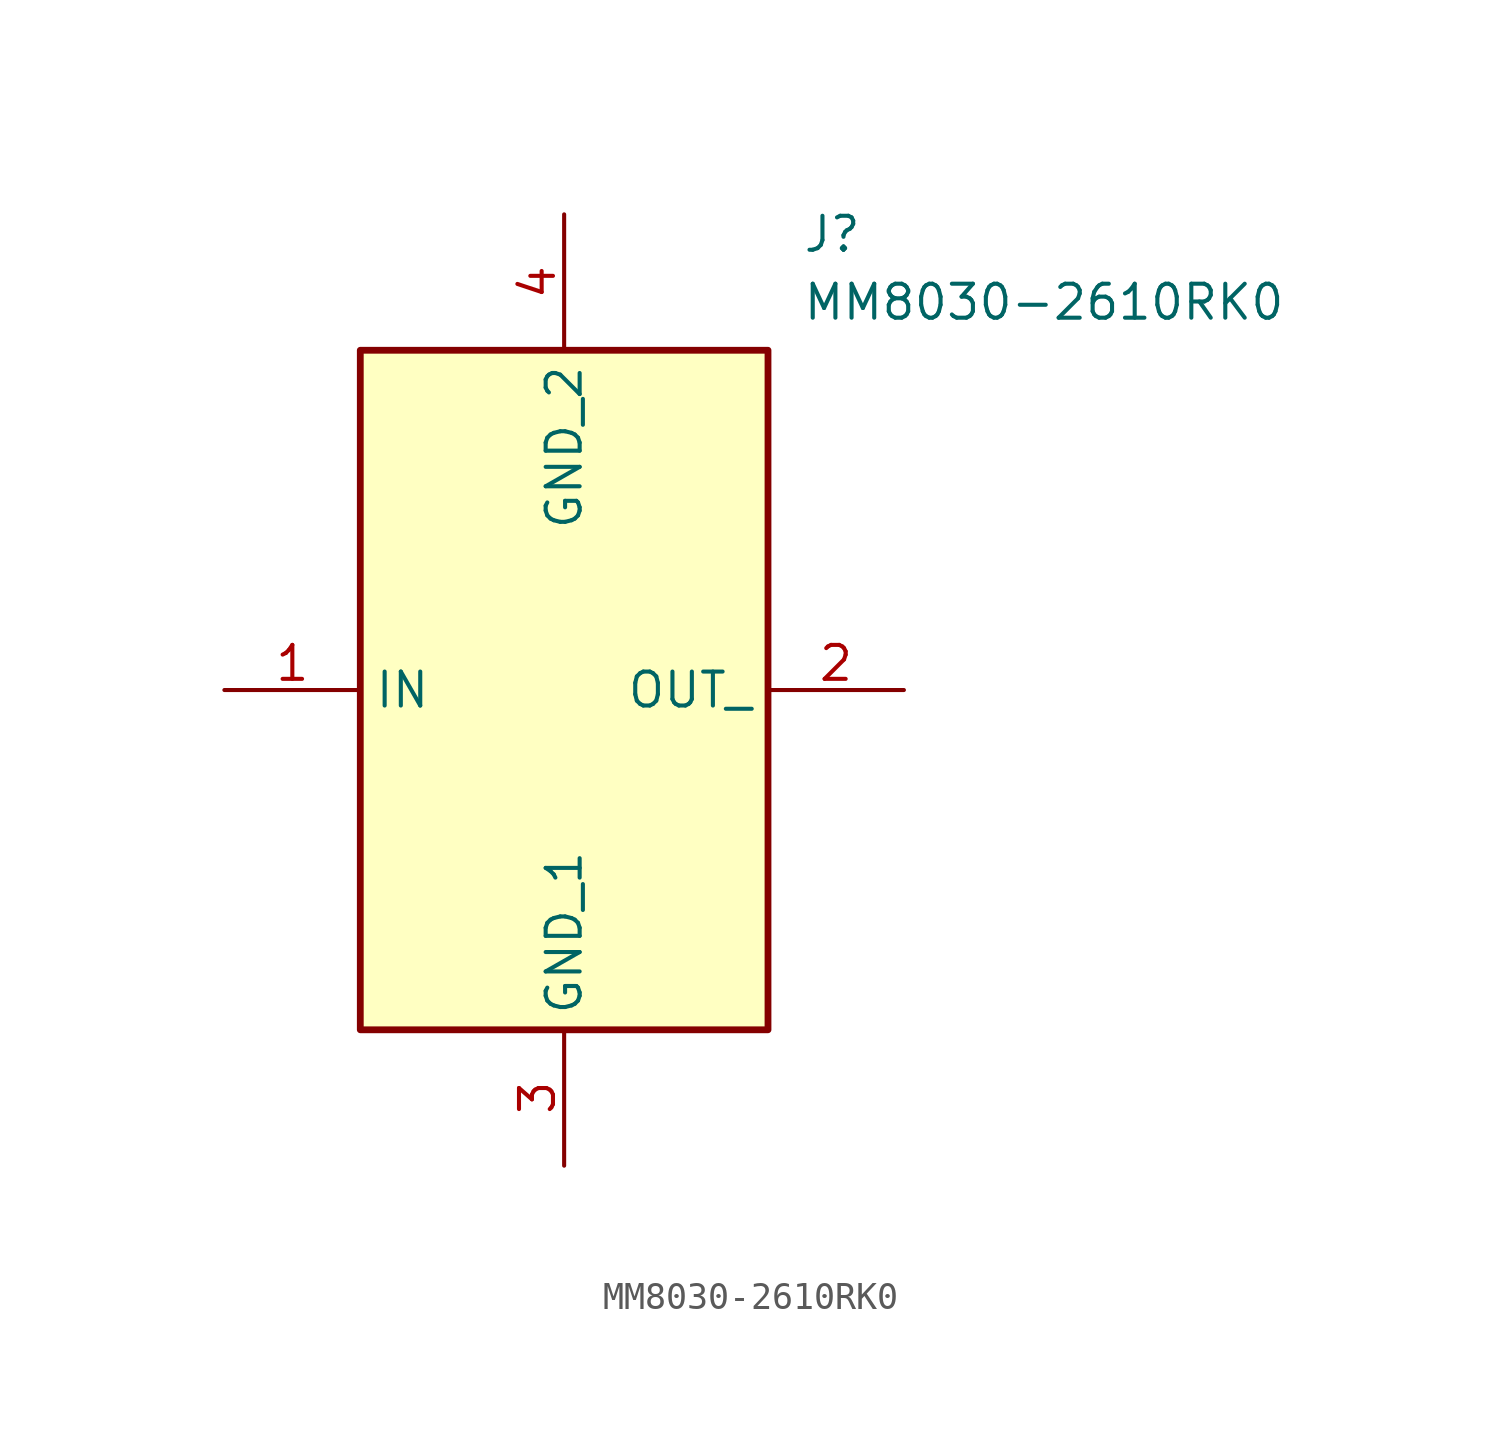
<source format=kicad_sym>
(kicad_symbol_lib
  (version 20211014)
  (generator SamacSys_ECAD_Model)
  (symbol "MM8030-2610RK0"
    (property "Reference" "J"
      (at 21.59 17.78 0)
      (effects (font (size 1.27 1.27)) (justify left top)))
    (property "Value" "MM8030-2610RK0"
      (at 21.59 15.24 0)
      (effects (font (size 1.27 1.27)) (justify left top)))
    (rectangle
      (start 5.08 12.7)
      (end 20.32 -12.7)
      (stroke (width 0.254) (type default))
      (fill (type background)))
    (pin passive line
      (at 0 0 0)
      (length 5.08)
      (name "IN" (effects (font (size 1.27 1.27))))
      (number "1" (effects (font (size 1.27 1.27)))))
    (pin passive line
      (at 25.4 0 180)
      (length 5.08)
      (name "OUT_" (effects (font (size 1.27 1.27))))
      (number "2" (effects (font (size 1.27 1.27)))))
    (pin passive line
      (at 12.7 -17.78 90)
      (length 5.08)
      (name "GND_1" (effects (font (size 1.27 1.27))))
      (number "3" (effects (font (size 1.27 1.27)))))
    (pin passive line
      (at 12.7 17.78 270)
      (length 5.08)
      (name "GND_2" (effects (font (size 1.27 1.27))))
      (number "4" (effects (font (size 1.27 1.27)))))))
</source>
